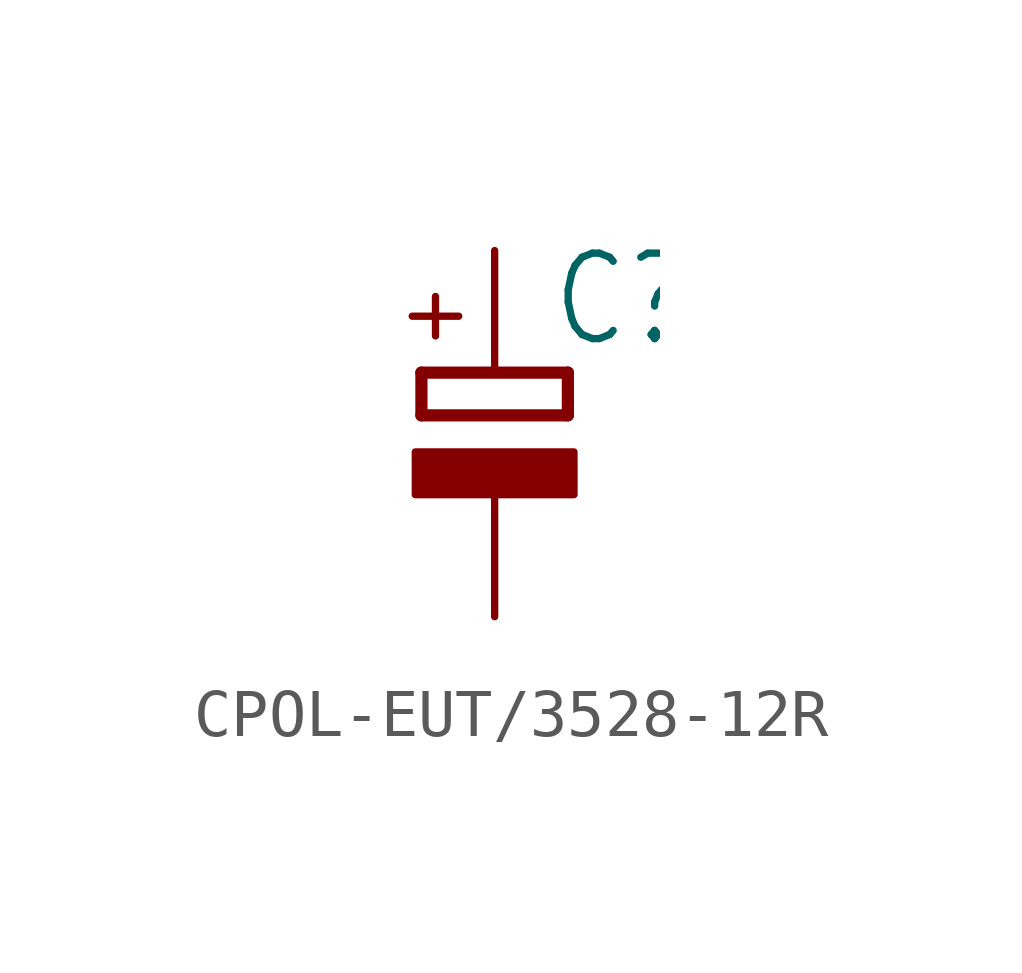
<source format=kicad_sym>
(kicad_symbol_lib
  (version 20231120)
  (generator "kicad_symbol_editor")
  (generator_version "8.0")
  (symbol "CPOL-EUT/3528-12R"
    (property "Reference" "C"
      (at 1.143 0.483 0)
      (effects (font (size 1.778 1.511)) (justify left bottom)))
    (property "Value" ""
      (at 1.143 -4.597 0)
      (effects (font (size 1.778 1.511)) (justify left bottom)))
    (property "ki_locked" ""
      (at 0 0 0)
      (effects (font (size 1.27 1.27))))
    (symbol "CPOL-EUT/3528-12R_1_0"
      (rectangle (start -1.651 -2.54) (end 1.651 -1.651) (stroke (width 0) (type default)) (fill (type outline)))
      (polyline (pts (xy -1.524 -0.889) (xy 1.524 -0.889)) (stroke (width 0.254) (type solid)) (fill (type none)))
      (polyline (pts (xy -1.524 0) (xy -1.524 -0.889)) (stroke (width 0.254) (type solid)) (fill (type none)))
      (polyline (pts (xy -1.524 0) (xy 1.524 0)) (stroke (width 0.254) (type solid)) (fill (type none)))
      (polyline (pts (xy 1.524 -0.889) (xy 1.524 0)) (stroke (width 0.254) (type solid)) (fill (type none)))
      (text "+" (at -0.584 0.406 900) (effects (font (size 1.27 1.079)) (justify left bottom)))
      (pin passive line (at 0 2.54 270) (length 2.54) (name "+" (effects (font (size 0 0)))) (number "+" (effects (font (size 0 0)))))
      (pin passive line (at 0 -5.08 90) (length 2.54) (name "-" (effects (font (size 0 0)))) (number "-" (effects (font (size 0 0))))))))
</source>
